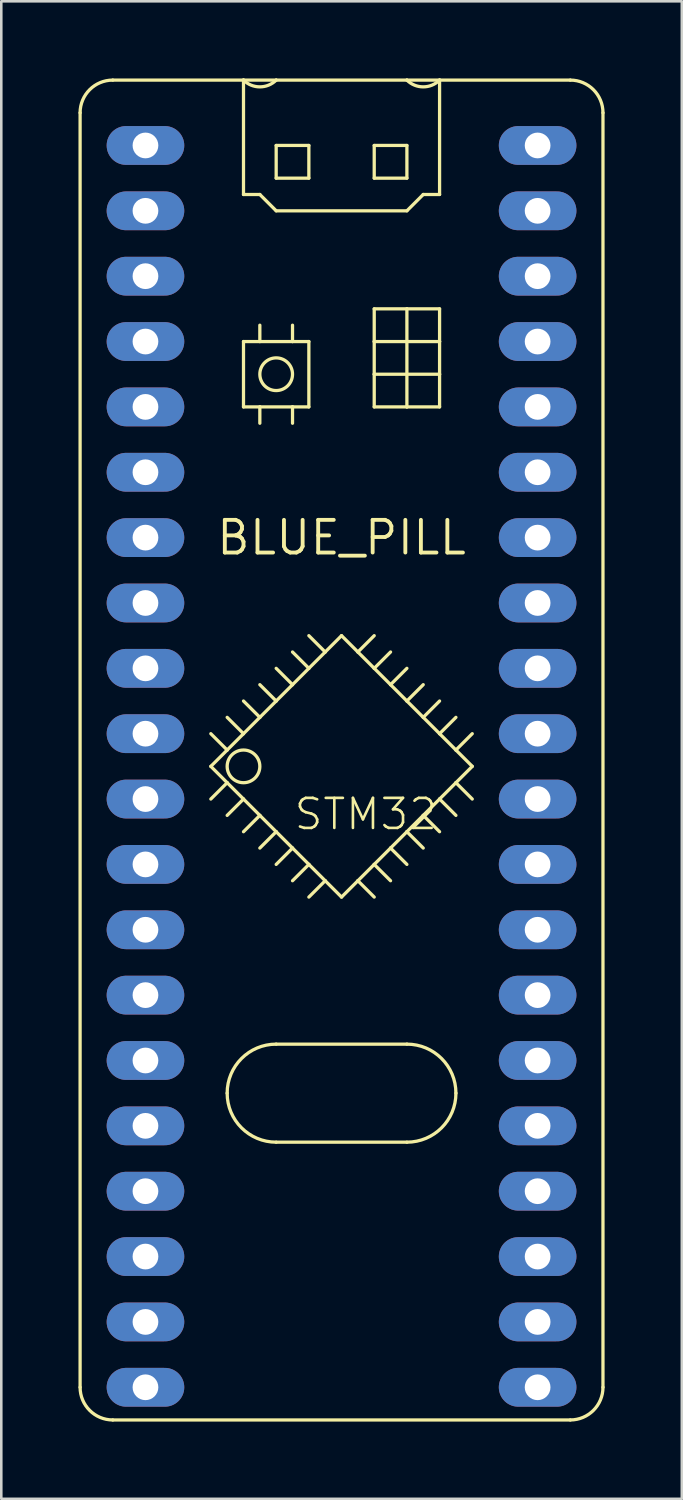
<source format=kicad_pcb>
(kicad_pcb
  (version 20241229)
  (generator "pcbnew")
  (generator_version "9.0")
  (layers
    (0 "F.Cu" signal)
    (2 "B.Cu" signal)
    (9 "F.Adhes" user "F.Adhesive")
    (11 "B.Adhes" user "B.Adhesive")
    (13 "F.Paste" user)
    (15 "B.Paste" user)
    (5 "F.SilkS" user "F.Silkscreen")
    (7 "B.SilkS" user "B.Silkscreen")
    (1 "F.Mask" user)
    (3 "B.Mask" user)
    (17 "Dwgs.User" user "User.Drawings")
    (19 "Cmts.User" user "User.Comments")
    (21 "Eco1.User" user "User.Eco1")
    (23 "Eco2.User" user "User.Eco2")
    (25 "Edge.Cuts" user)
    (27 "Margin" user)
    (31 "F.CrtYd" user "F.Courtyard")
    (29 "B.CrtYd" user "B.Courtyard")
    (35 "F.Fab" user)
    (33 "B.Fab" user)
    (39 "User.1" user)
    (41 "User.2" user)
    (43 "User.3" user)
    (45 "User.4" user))
  (footprint "BLUE_PILL"
    (layer "F.Cu")
    (at 10.223 17.843)
    (property "Reference" "BLUE_PILL" (at 0 0 0) (layer "F.SilkS") (effects (font (size 1.27 1.27) (thickness 0.15))))
    (fp_line (start -10.16 33.02) (end -10.16 -16.51) (stroke (width 0.127) (type solid)) (layer "F.SilkS"))
    (fp_line (start -8.89 -17.78) (end -3.81 -17.78) (stroke (width 0.127) (type solid)) (layer "F.SilkS"))
    (fp_line (start -5.08 7.62) (end -4.445 8.255) (stroke (width 0.127) (type solid)) (layer "F.SilkS"))
    (fp_line (start -5.08 8.89) (end -4.445 8.255) (stroke (width 0.127) (type solid)) (layer "F.SilkS"))
    (fp_line (start -4.445 6.985) (end -3.81 7.62) (stroke (width 0.127) (type solid)) (layer "F.SilkS"))
    (fp_line (start -4.445 8.255) (end -3.81 7.62) (stroke (width 0.127) (type solid)) (layer "F.SilkS"))
    (fp_line (start -4.445 9.525) (end -5.08 8.89) (stroke (width 0.127) (type solid)) (layer "F.SilkS"))
    (fp_line (start -4.445 9.525) (end -5.08 10.16) (stroke (width 0.127) (type solid)) (layer "F.SilkS"))
    (fp_line (start -3.81 -17.78) (end -3.81 -13.335) (stroke (width 0.127) (type solid)) (layer "F.SilkS"))
    (fp_line (start -3.81 -17.78) (end -2.54 -17.78) (stroke (width 0.127) (type solid)) (layer "F.SilkS"))
    (fp_line (start -3.81 -13.335) (end -3.175 -13.335) (stroke (width 0.127) (type solid)) (layer "F.SilkS"))
    (fp_line (start -3.81 -7.62) (end -3.175 -7.62) (stroke (width 0.127) (type solid)) (layer "F.SilkS"))
    (fp_line (start -3.81 -5.08) (end -3.81 -7.62) (stroke (width 0.127) (type solid)) (layer "F.SilkS"))
    (fp_line (start -3.81 6.35) (end -3.175 6.985) (stroke (width 0.127) (type solid)) (layer "F.SilkS"))
    (fp_line (start -3.81 7.62) (end -3.175 6.985) (stroke (width 0.127) (type solid)) (layer "F.SilkS"))
    (fp_line (start -3.81 10.16) (end -4.445 9.525) (stroke (width 0.127) (type solid)) (layer "F.SilkS"))
    (fp_line (start -3.81 10.16) (end -4.445 10.795) (stroke (width 0.127) (type solid)) (layer "F.SilkS"))
    (fp_line (start -3.175 -13.335) (end -2.54 -12.7) (stroke (width 0.127) (type solid)) (layer "F.SilkS"))
    (fp_line (start -3.175 -7.62) (end -3.175 -8.255) (stroke (width 0.127) (type solid)) (layer "F.SilkS"))
    (fp_line (start -3.175 -7.62) (end -1.905 -7.62) (stroke (width 0.127) (type solid)) (layer "F.SilkS"))
    (fp_line (start -3.175 -5.08) (end -3.81 -5.08) (stroke (width 0.127) (type solid)) (layer "F.SilkS"))
    (fp_line (start -3.175 -5.08) (end -3.175 -4.445) (stroke (width 0.127) (type solid)) (layer "F.SilkS"))
    (fp_line (start -3.175 5.715) (end -2.54 6.35) (stroke (width 0.127) (type solid)) (layer "F.SilkS"))
    (fp_line (start -3.175 6.985) (end -2.54 6.35) (stroke (width 0.127) (type solid)) (layer "F.SilkS"))
    (fp_line (start -3.175 10.795) (end -3.81 10.16) (stroke (width 0.127) (type solid)) (layer "F.SilkS"))
    (fp_line (start -3.175 10.795) (end -3.81 11.43) (stroke (width 0.127) (type solid)) (layer "F.SilkS"))
    (fp_line (start -2.54 -17.78) (end 2.54 -17.78) (stroke (width 0.127) (type solid)) (layer "F.SilkS"))
    (fp_line (start -2.54 -15.24) (end -2.54 -13.97) (stroke (width 0.127) (type solid)) (layer "F.SilkS"))
    (fp_line (start -2.54 -15.24) (end -1.27 -15.24) (stroke (width 0.127) (type solid)) (layer "F.SilkS"))
    (fp_line (start -2.54 -13.97) (end -1.27 -13.97) (stroke (width 0.127) (type solid)) (layer "F.SilkS"))
    (fp_line (start -2.54 -12.7) (end 2.54 -12.7) (stroke (width 0.127) (type solid)) (layer "F.SilkS"))
    (fp_line (start -2.54 5.08) (end -1.905 5.715) (stroke (width 0.127) (type solid)) (layer "F.SilkS"))
    (fp_line (start -2.54 6.35) (end -1.905 5.715) (stroke (width 0.127) (type solid)) (layer "F.SilkS"))
    (fp_line (start -2.54 11.43) (end -3.175 10.795) (stroke (width 0.127) (type solid)) (layer "F.SilkS"))
    (fp_line (start -2.54 11.43) (end -3.175 12.065) (stroke (width 0.127) (type solid)) (layer "F.SilkS"))
    (fp_line (start -2.54 23.495) (end 2.54 23.495) (stroke (width 0.127) (type solid)) (layer "F.SilkS"))
    (fp_line (start -1.905 -7.62) (end -1.905 -8.255) (stroke (width 0.127) (type solid)) (layer "F.SilkS"))
    (fp_line (start -1.905 -7.62) (end -1.27 -7.62) (stroke (width 0.127) (type solid)) (layer "F.SilkS"))
    (fp_line (start -1.905 -5.08) (end -3.175 -5.08) (stroke (width 0.127) (type solid)) (layer "F.SilkS"))
    (fp_line (start -1.905 -5.08) (end -1.905 -4.445) (stroke (width 0.127) (type solid)) (layer "F.SilkS"))
    (fp_line (start -1.905 4.445) (end -1.27 5.08) (stroke (width 0.127) (type solid)) (layer "F.SilkS"))
    (fp_line (start -1.905 5.715) (end -1.27 5.08) (stroke (width 0.127) (type solid)) (layer "F.SilkS"))
    (fp_line (start -1.905 12.065) (end -2.54 11.43) (stroke (width 0.127) (type solid)) (layer "F.SilkS"))
    (fp_line (start -1.905 12.065) (end -2.54 12.7) (stroke (width 0.127) (type solid)) (layer "F.SilkS"))
    (fp_line (start -1.27 -13.97) (end -1.27 -15.24) (stroke (width 0.127) (type solid)) (layer "F.SilkS"))
    (fp_line (start -1.27 -7.62) (end -1.27 -5.08) (stroke (width 0.127) (type solid)) (layer "F.SilkS"))
    (fp_line (start -1.27 -5.08) (end -1.905 -5.08) (stroke (width 0.127) (type solid)) (layer "F.SilkS"))
    (fp_line (start -1.27 3.81) (end -0.635 4.445) (stroke (width 0.127) (type solid)) (layer "F.SilkS"))
    (fp_line (start -1.27 5.08) (end -0.635 4.445) (stroke (width 0.127) (type solid)) (layer "F.SilkS"))
    (fp_line (start -1.27 12.7) (end -1.905 12.065) (stroke (width 0.127) (type solid)) (layer "F.SilkS"))
    (fp_line (start -1.27 12.7) (end -1.905 13.335) (stroke (width 0.127) (type solid)) (layer "F.SilkS"))
    (fp_line (start -0.635 4.445) (end 0 3.81) (stroke (width 0.127) (type solid)) (layer "F.SilkS"))
    (fp_line (start -0.635 13.335) (end -1.27 12.7) (stroke (width 0.127) (type solid)) (layer "F.SilkS"))
    (fp_line (start -0.635 13.335) (end -1.27 13.97) (stroke (width 0.127) (type solid)) (layer "F.SilkS"))
    (fp_line (start 0 3.81) (end 0.635 4.445) (stroke (width 0.127) (type solid)) (layer "F.SilkS"))
    (fp_line (start 0 13.97) (end -0.635 13.335) (stroke (width 0.127) (type solid)) (layer "F.SilkS"))
    (fp_line (start 0.635 4.445) (end 1.27 3.81) (stroke (width 0.127) (type solid)) (layer "F.SilkS"))
    (fp_line (start 0.635 4.445) (end 1.27 5.08) (stroke (width 0.127) (type solid)) (layer "F.SilkS"))
    (fp_line (start 0.635 13.335) (end 0 13.97) (stroke (width 0.127) (type solid)) (layer "F.SilkS"))
    (fp_line (start 0.635 13.335) (end 1.27 13.97) (stroke (width 0.127) (type solid)) (layer "F.SilkS"))
    (fp_line (start 1.27 -15.24) (end 1.27 -13.97) (stroke (width 0.127) (type solid)) (layer "F.SilkS"))
    (fp_line (start 1.27 -15.24) (end 2.54 -15.24) (stroke (width 0.127) (type solid)) (layer "F.SilkS"))
    (fp_line (start 1.27 -13.97) (end 2.54 -13.97) (stroke (width 0.127) (type solid)) (layer "F.SilkS"))
    (fp_line (start 1.27 -8.89) (end 2.54 -8.89) (stroke (width 0.127) (type solid)) (layer "F.SilkS"))
    (fp_line (start 1.27 -7.62) (end 1.27 -8.89) (stroke (width 0.127) (type solid)) (layer "F.SilkS"))
    (fp_line (start 1.27 -7.62) (end 3.81 -7.62) (stroke (width 0.127) (type solid)) (layer "F.SilkS"))
    (fp_line (start 1.27 -6.35) (end 1.27 -7.62) (stroke (width 0.127) (type solid)) (layer "F.SilkS"))
    (fp_line (start 1.27 -5.08) (end 1.27 -6.35) (stroke (width 0.127) (type solid)) (layer "F.SilkS"))
    (fp_line (start 1.27 5.08) (end 1.905 4.445) (stroke (width 0.127) (type solid)) (layer "F.SilkS"))
    (fp_line (start 1.27 5.08) (end 1.905 5.715) (stroke (width 0.127) (type solid)) (layer "F.SilkS"))
    (fp_line (start 1.27 12.7) (end 0.635 13.335) (stroke (width 0.127) (type solid)) (layer "F.SilkS"))
    (fp_line (start 1.27 12.7) (end 1.905 13.335) (stroke (width 0.127) (type solid)) (layer "F.SilkS"))
    (fp_line (start 1.905 5.715) (end 2.54 5.08) (stroke (width 0.127) (type solid)) (layer "F.SilkS"))
    (fp_line (start 1.905 5.715) (end 2.54 6.35) (stroke (width 0.127) (type solid)) (layer "F.SilkS"))
    (fp_line (start 1.905 12.065) (end 1.27 12.7) (stroke (width 0.127) (type solid)) (layer "F.SilkS"))
    (fp_line (start 1.905 12.065) (end 2.54 12.7) (stroke (width 0.127) (type solid)) (layer "F.SilkS"))
    (fp_line (start 2.54 -17.78) (end 3.81 -17.78) (stroke (width 0.127) (type solid)) (layer "F.SilkS"))
    (fp_line (start 2.54 -13.97) (end 2.54 -15.24) (stroke (width 0.127) (type solid)) (layer "F.SilkS"))
    (fp_line (start 2.54 -12.7) (end 3.175 -13.335) (stroke (width 0.127) (type solid)) (layer "F.SilkS"))
    (fp_line (start 2.54 -8.89) (end 2.54 -5.08) (stroke (width 0.127) (type solid)) (layer "F.SilkS"))
    (fp_line (start 2.54 -8.89) (end 3.81 -8.89) (stroke (width 0.127) (type solid)) (layer "F.SilkS"))
    (fp_line (start 2.54 -5.08) (end 1.27 -5.08) (stroke (width 0.127) (type solid)) (layer "F.SilkS"))
    (fp_line (start 2.54 6.35) (end 3.175 5.715) (stroke (width 0.127) (type solid)) (layer "F.SilkS"))
    (fp_line (start 2.54 6.35) (end 3.175 6.985) (stroke (width 0.127) (type solid)) (layer "F.SilkS"))
    (fp_line (start 2.54 11.43) (end 1.905 12.065) (stroke (width 0.127) (type solid)) (layer "F.SilkS"))
    (fp_line (start 2.54 11.43) (end 3.175 12.065) (stroke (width 0.127) (type solid)) (layer "F.SilkS"))
    (fp_line (start 2.54 19.685) (end -2.54 19.685) (stroke (width 0.127) (type solid)) (layer "F.SilkS"))
    (fp_line (start 3.175 -13.335) (end 3.81 -13.335) (stroke (width 0.127) (type solid)) (layer "F.SilkS"))
    (fp_line (start 3.175 6.985) (end 3.81 6.35) (stroke (width 0.127) (type solid)) (layer "F.SilkS"))
    (fp_line (start 3.175 6.985) (end 3.81 7.62) (stroke (width 0.127) (type solid)) (layer "F.SilkS"))
    (fp_line (start 3.175 10.795) (end 2.54 11.43) (stroke (width 0.127) (type solid)) (layer "F.SilkS"))
    (fp_line (start 3.175 10.795) (end 3.81 11.43) (stroke (width 0.127) (type solid)) (layer "F.SilkS"))
    (fp_line (start 3.81 -17.78) (end 8.89 -17.78) (stroke (width 0.127) (type solid)) (layer "F.SilkS"))
    (fp_line (start 3.81 -13.335) (end 3.81 -17.78) (stroke (width 0.127) (type solid)) (layer "F.SilkS"))
    (fp_line (start 3.81 -8.89) (end 3.81 -7.62) (stroke (width 0.127) (type solid)) (layer "F.SilkS"))
    (fp_line (start 3.81 -7.62) (end 3.81 -6.35) (stroke (width 0.127) (type solid)) (layer "F.SilkS"))
    (fp_line (start 3.81 -6.35) (end 1.27 -6.35) (stroke (width 0.127) (type solid)) (layer "F.SilkS"))
    (fp_line (start 3.81 -6.35) (end 3.81 -5.08) (stroke (width 0.127) (type solid)) (layer "F.SilkS"))
    (fp_line (start 3.81 -5.08) (end 2.54 -5.08) (stroke (width 0.127) (type solid)) (layer "F.SilkS"))
    (fp_line (start 3.81 7.62) (end 4.445 6.985) (stroke (width 0.127) (type solid)) (layer "F.SilkS"))
    (fp_line (start 3.81 7.62) (end 4.445 8.255) (stroke (width 0.127) (type solid)) (layer "F.SilkS"))
    (fp_line (start 3.81 10.16) (end 3.175 10.795) (stroke (width 0.127) (type solid)) (layer "F.SilkS"))
    (fp_line (start 3.81 10.16) (end 4.445 10.795) (stroke (width 0.127) (type solid)) (layer "F.SilkS"))
    (fp_line (start 4.445 8.255) (end 5.08 8.89) (stroke (width 0.127) (type solid)) (layer "F.SilkS"))
    (fp_line (start 4.445 9.525) (end 3.81 10.16) (stroke (width 0.127) (type solid)) (layer "F.SilkS"))
    (fp_line (start 4.445 9.525) (end 5.08 10.16) (stroke (width 0.127) (type solid)) (layer "F.SilkS"))
    (fp_line (start 5.08 7.62) (end 4.445 8.255) (stroke (width 0.127) (type solid)) (layer "F.SilkS"))
    (fp_line (start 5.08 8.89) (end 4.445 9.525) (stroke (width 0.127) (type solid)) (layer "F.SilkS"))
    (fp_line (start 8.89 34.29) (end -8.89 34.29) (stroke (width 0.127) (type solid)) (layer "F.SilkS"))
    (fp_line (start 10.16 -16.51) (end 10.16 33.02) (stroke (width 0.127) (type solid)) (layer "F.SilkS"))
    (fp_arc (start -10.16 -16.51) (mid -9.788026 -17.408026) (end -8.89 -17.78) (stroke (width 0.127) (type solid)) (layer "F.SilkS"))
    (fp_arc (start -8.89 34.29) (mid -9.788026 33.918026) (end -10.16 33.02) (stroke (width 0.127) (type solid)) (layer "F.SilkS"))
    (fp_arc (start -4.445 21.59) (mid -3.887038 20.242962) (end -2.54 19.685) (stroke (width 0.127) (type solid)) (layer "F.SilkS"))
    (fp_arc (start -2.54 -17.78) (mid -3.175 -17.516974) (end -3.81 -17.78) (stroke (width 0.127) (type solid)) (layer "F.SilkS"))
    (fp_arc (start -2.54 23.495) (mid -3.887038 22.937038) (end -4.445 21.59) (stroke (width 0.127) (type solid)) (layer "F.SilkS"))
    (fp_arc (start 2.54 19.685) (mid 3.887038 20.242962) (end 4.445 21.59) (stroke (width 0.127) (type solid)) (layer "F.SilkS"))
    (fp_arc (start 3.81 -17.78) (mid 3.175 -17.516974) (end 2.54 -17.78) (stroke (width 0.127) (type solid)) (layer "F.SilkS"))
    (fp_arc (start 4.445 21.59) (mid 3.887038 22.937038) (end 2.54 23.495) (stroke (width 0.127) (type solid)) (layer "F.SilkS"))
    (fp_arc (start 8.89 -17.78) (mid 9.788026 -17.408026) (end 10.16 -16.51) (stroke (width 0.127) (type solid)) (layer "F.SilkS"))
    (fp_arc (start 10.16 33.02) (mid 9.788026 33.918026) (end 8.89 34.29) (stroke (width 0.127) (type solid)) (layer "F.SilkS"))
    (fp_circle (center -3.81 8.89) (end -3.175 8.89) (stroke (width 0.127) (type solid)) (fill no) (layer "F.SilkS"))
    (fp_circle (center -2.54 -6.35) (end -1.905 -6.35) (stroke (width 0.127) (type solid)) (fill no) (layer "F.SilkS"))
    (fp_text user "STM32" (at -1.905 11.43 0) (layer "F.SilkS") (effects (font (size 1.168 1.168) (thickness 0.102)) (justify left bottom)))
    (pad "P$1" thru_hole oval (at -7.62 -15.24) (size 3.016 1.508) (drill 1) (layers "*.Cu" "*.Mask"))
    (pad "P$2" thru_hole oval (at -7.62 -12.7) (size 3.016 1.508) (drill 1) (layers "*.Cu" "*.Mask"))
    (pad "P$3" thru_hole oval (at -7.62 -10.16) (size 3.016 1.508) (drill 1) (layers "*.Cu" "*.Mask"))
    (pad "P$4" thru_hole oval (at -7.62 -7.62) (size 3.016 1.508) (drill 1) (layers "*.Cu" "*.Mask"))
    (pad "P$5" thru_hole oval (at -7.62 -5.08) (size 3.016 1.508) (drill 1) (layers "*.Cu" "*.Mask"))
    (pad "P$6" thru_hole oval (at -7.62 -2.54) (size 3.016 1.508) (drill 1) (layers "*.Cu" "*.Mask"))
    (pad "P$7" thru_hole oval (at -7.62 0) (size 3.016 1.508) (drill 1) (layers "*.Cu" "*.Mask"))
    (pad "P$8" thru_hole oval (at -7.62 2.54) (size 3.016 1.508) (drill 1) (layers "*.Cu" "*.Mask"))
    (pad "P$9" thru_hole oval (at -7.62 5.08) (size 3.016 1.508) (drill 1) (layers "*.Cu" "*.Mask"))
    (pad "P$10" thru_hole oval (at -7.62 7.62) (size 3.016 1.508) (drill 1) (layers "*.Cu" "*.Mask"))
    (pad "P$11" thru_hole oval (at -7.62 10.16) (size 3.016 1.508) (drill 1) (layers "*.Cu" "*.Mask"))
    (pad "P$12" thru_hole oval (at -7.62 12.7) (size 3.016 1.508) (drill 1) (layers "*.Cu" "*.Mask"))
    (pad "P$13" thru_hole oval (at -7.62 15.24) (size 3.016 1.508) (drill 1) (layers "*.Cu" "*.Mask"))
    (pad "P$14" thru_hole oval (at -7.62 17.78) (size 3.016 1.508) (drill 1) (layers "*.Cu" "*.Mask"))
    (pad "P$15" thru_hole oval (at -7.62 20.32) (size 3.016 1.508) (drill 1) (layers "*.Cu" "*.Mask"))
    (pad "P$16" thru_hole oval (at -7.62 22.86) (size 3.016 1.508) (drill 1) (layers "*.Cu" "*.Mask"))
    (pad "P$17" thru_hole oval (at -7.62 25.4) (size 3.016 1.508) (drill 1) (layers "*.Cu" "*.Mask"))
    (pad "P$18" thru_hole oval (at -7.62 27.94) (size 3.016 1.508) (drill 1) (layers "*.Cu" "*.Mask"))
    (pad "P$19" thru_hole oval (at -7.62 30.48) (size 3.016 1.508) (drill 1) (layers "*.Cu" "*.Mask"))
    (pad "P$20" thru_hole oval (at -7.62 33.02) (size 3.016 1.508) (drill 1) (layers "*.Cu" "*.Mask"))
    (pad "P$21" thru_hole oval (at 7.62 -15.24) (size 3.016 1.508) (drill 1) (layers "*.Cu" "*.Mask"))
    (pad "P$22" thru_hole oval (at 7.62 -12.7) (size 3.016 1.508) (drill 1) (layers "*.Cu" "*.Mask"))
    (pad "P$23" thru_hole oval (at 7.62 -10.16) (size 3.016 1.508) (drill 1) (layers "*.Cu" "*.Mask"))
    (pad "P$24" thru_hole oval (at 7.62 -7.62) (size 3.016 1.508) (drill 1) (layers "*.Cu" "*.Mask"))
    (pad "P$25" thru_hole oval (at 7.62 -5.08) (size 3.016 1.508) (drill 1) (layers "*.Cu" "*.Mask"))
    (pad "P$26" thru_hole oval (at 7.62 -2.54) (size 3.016 1.508) (drill 1) (layers "*.Cu" "*.Mask"))
    (pad "P$27" thru_hole oval (at 7.62 0) (size 3.016 1.508) (drill 1) (layers "*.Cu" "*.Mask"))
    (pad "P$28" thru_hole oval (at 7.62 2.54) (size 3.016 1.508) (drill 1) (layers "*.Cu" "*.Mask"))
    (pad "P$29" thru_hole oval (at 7.62 5.08) (size 3.016 1.508) (drill 1) (layers "*.Cu" "*.Mask"))
    (pad "P$30" thru_hole oval (at 7.62 7.62) (size 3.016 1.508) (drill 1) (layers "*.Cu" "*.Mask"))
    (pad "P$31" thru_hole oval (at 7.62 10.16) (size 3.016 1.508) (drill 1) (layers "*.Cu" "*.Mask"))
    (pad "P$32" thru_hole oval (at 7.62 12.7) (size 3.016 1.508) (drill 1) (layers "*.Cu" "*.Mask"))
    (pad "P$33" thru_hole oval (at 7.62 15.24) (size 3.016 1.508) (drill 1) (layers "*.Cu" "*.Mask"))
    (pad "P$34" thru_hole oval (at 7.62 17.78) (size 3.016 1.508) (drill 1) (layers "*.Cu" "*.Mask"))
    (pad "P$35" thru_hole oval (at 7.62 20.32) (size 3.016 1.508) (drill 1) (layers "*.Cu" "*.Mask"))
    (pad "P$36" thru_hole oval (at 7.62 22.86) (size 3.016 1.508) (drill 1) (layers "*.Cu" "*.Mask"))
    (pad "P$37" thru_hole oval (at 7.62 25.4) (size 3.016 1.508) (drill 1) (layers "*.Cu" "*.Mask"))
    (pad "P$38" thru_hole oval (at 7.62 27.94) (size 3.016 1.508) (drill 1) (layers "*.Cu" "*.Mask"))
    (pad "P$39" thru_hole oval (at 7.62 30.48) (size 3.016 1.508) (drill 1) (layers "*.Cu" "*.Mask"))
    (pad "P$40" thru_hole oval (at 7.62 33.02) (size 3.016 1.508) (drill 1) (layers "*.Cu" "*.Mask")))
  (gr_rect
    (start -3 -3)
    (end 23.447 55.197)
    (stroke (width 0.1) (type default))
    (fill no)
    (layer "Edge.Cuts")))
</source>
